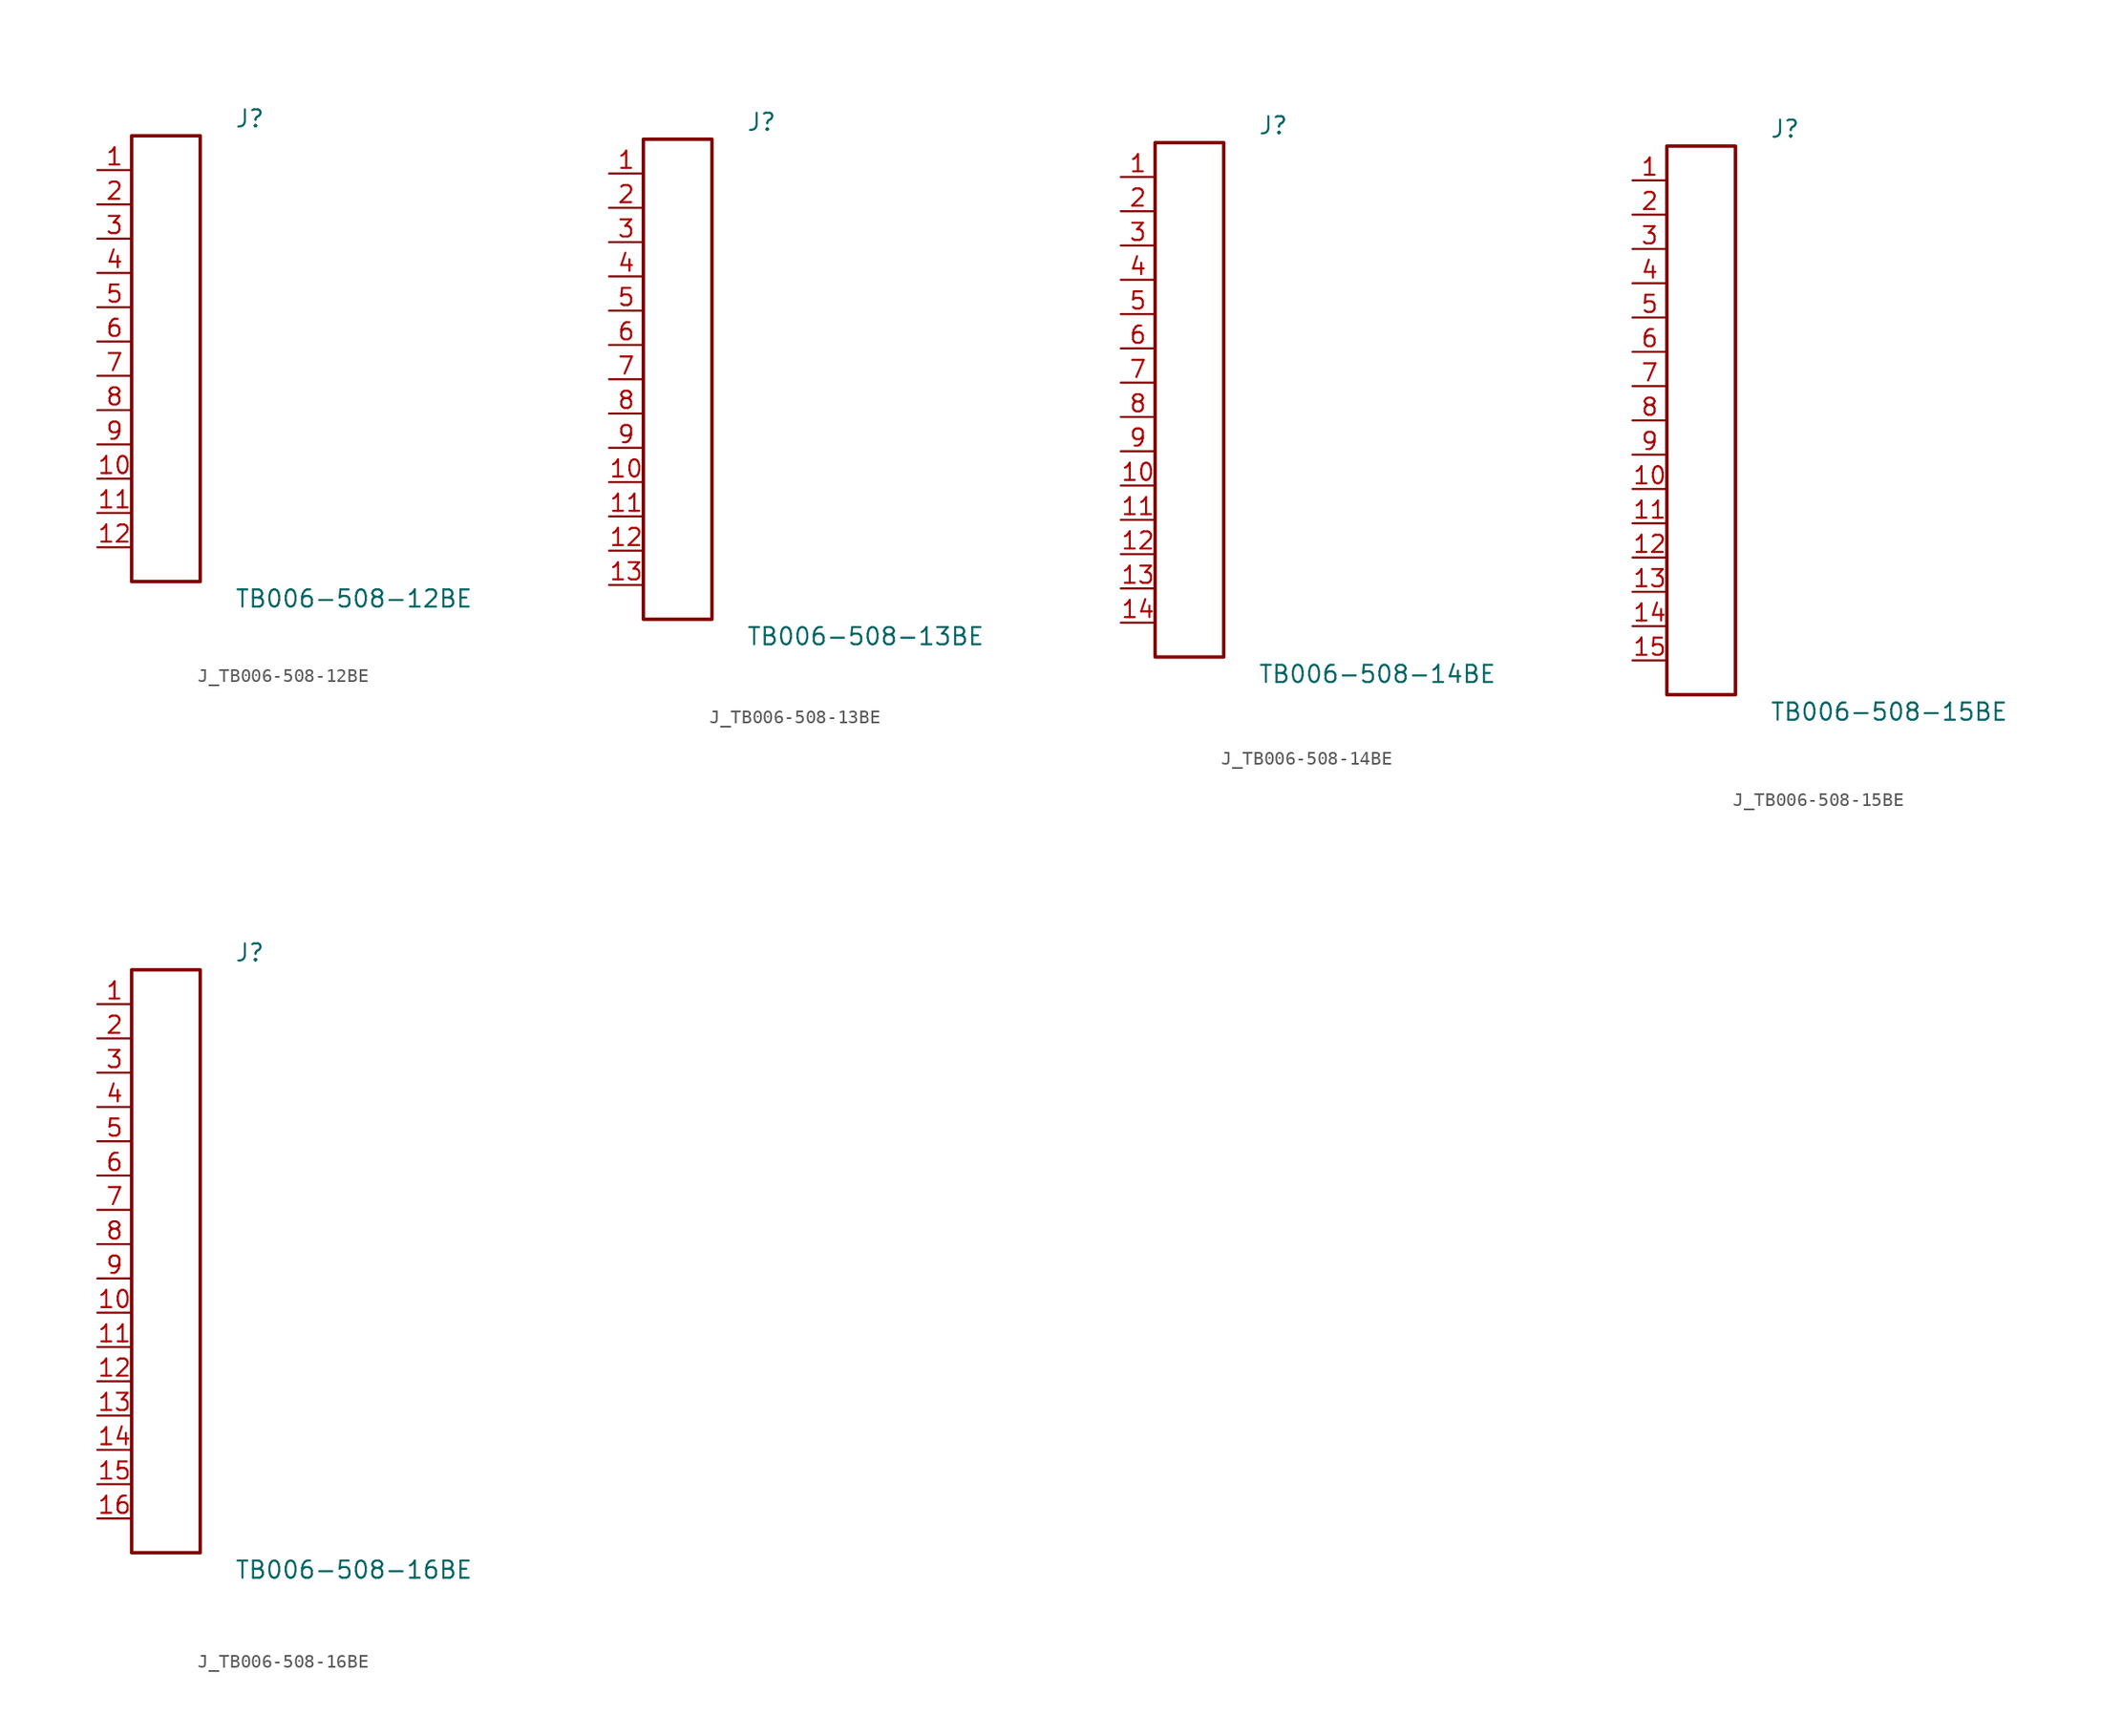
<source format=kicad_sym>
(kicad_symbol_lib
  (version 20231120)
  (generator kicad_symbol_editor)
  (generator_version 8.0)
  (symbol "J_TB006-508-12BE"
    (pin_names
      (offset 0.254))
    (property "Reference" "J"
      (at 5.08 17.78 0)
      (effects (font (size 1.27 1.27)) (justify left)))
    (property "Value" "TB006-508-12BE"
      (at 5.08 -17.78 0)
      (effects (font (size 1.27 1.27)) (justify left)))
    (symbol "J_TB006-508-12BE_0_0"
      (pin unspecified line (at -5.08 13.97 0) (length 2.54) (name "" (effects (font (size 1.27 1.27)))) (number "1" (effects (font (size 1.27 1.27)))))
      (pin unspecified line (at -5.08 11.43 0) (length 2.54) (name "" (effects (font (size 1.27 1.27)))) (number "2" (effects (font (size 1.27 1.27)))))
      (pin unspecified line (at -5.08 8.89 0) (length 2.54) (name "" (effects (font (size 1.27 1.27)))) (number "3" (effects (font (size 1.27 1.27)))))
      (pin unspecified line (at -5.08 6.35 0) (length 2.54) (name "" (effects (font (size 1.27 1.27)))) (number "4" (effects (font (size 1.27 1.27)))))
      (pin unspecified line (at -5.08 3.81 0) (length 2.54) (name "" (effects (font (size 1.27 1.27)))) (number "5" (effects (font (size 1.27 1.27)))))
      (pin unspecified line (at -5.08 1.27 0) (length 2.54) (name "" (effects (font (size 1.27 1.27)))) (number "6" (effects (font (size 1.27 1.27)))))
      (pin unspecified line (at -5.08 -1.27 0) (length 2.54) (name "" (effects (font (size 1.27 1.27)))) (number "7" (effects (font (size 1.27 1.27)))))
      (pin unspecified line (at -5.08 -3.81 0) (length 2.54) (name "" (effects (font (size 1.27 1.27)))) (number "8" (effects (font (size 1.27 1.27)))))
      (pin unspecified line (at -5.08 -6.35 0) (length 2.54) (name "" (effects (font (size 1.27 1.27)))) (number "9" (effects (font (size 1.27 1.27)))))
      (pin unspecified line (at -5.08 -8.89 0) (length 2.54) (name "" (effects (font (size 1.27 1.27)))) (number "10" (effects (font (size 1.27 1.27)))))
      (pin unspecified line (at -5.08 -11.43 0) (length 2.54) (name "" (effects (font (size 1.27 1.27)))) (number "11" (effects (font (size 1.27 1.27)))))
      (pin unspecified line (at -5.08 -13.97 0) (length 2.54) (name "" (effects (font (size 1.27 1.27)))) (number "12" (effects (font (size 1.27 1.27))))))
    (symbol "J_TB006-508-12BE_1_0"
      (rectangle (start -2.54 16.51) (end 2.54 -16.51) (stroke (width 0.254) (type solid)) (fill (type none)))))
  (symbol "J_TB006-508-13BE"
    (pin_names
      (offset 0.254))
    (property "Reference" "J"
      (at 5.08 19.05 0)
      (effects (font (size 1.27 1.27)) (justify left)))
    (property "Value" "TB006-508-13BE"
      (at 5.08 -19.05 0)
      (effects (font (size 1.27 1.27)) (justify left)))
    (symbol "J_TB006-508-13BE_0_0"
      (pin unspecified line (at -5.08 15.24 0) (length 2.54) (name "" (effects (font (size 1.27 1.27)))) (number "1" (effects (font (size 1.27 1.27)))))
      (pin unspecified line (at -5.08 12.7 0) (length 2.54) (name "" (effects (font (size 1.27 1.27)))) (number "2" (effects (font (size 1.27 1.27)))))
      (pin unspecified line (at -5.08 10.16 0) (length 2.54) (name "" (effects (font (size 1.27 1.27)))) (number "3" (effects (font (size 1.27 1.27)))))
      (pin unspecified line (at -5.08 7.62 0) (length 2.54) (name "" (effects (font (size 1.27 1.27)))) (number "4" (effects (font (size 1.27 1.27)))))
      (pin unspecified line (at -5.08 5.08 0) (length 2.54) (name "" (effects (font (size 1.27 1.27)))) (number "5" (effects (font (size 1.27 1.27)))))
      (pin unspecified line (at -5.08 2.54 0) (length 2.54) (name "" (effects (font (size 1.27 1.27)))) (number "6" (effects (font (size 1.27 1.27)))))
      (pin unspecified line (at -5.08 0.0 0) (length 2.54) (name "" (effects (font (size 1.27 1.27)))) (number "7" (effects (font (size 1.27 1.27)))))
      (pin unspecified line (at -5.08 -2.54 0) (length 2.54) (name "" (effects (font (size 1.27 1.27)))) (number "8" (effects (font (size 1.27 1.27)))))
      (pin unspecified line (at -5.08 -5.08 0) (length 2.54) (name "" (effects (font (size 1.27 1.27)))) (number "9" (effects (font (size 1.27 1.27)))))
      (pin unspecified line (at -5.08 -7.62 0) (length 2.54) (name "" (effects (font (size 1.27 1.27)))) (number "10" (effects (font (size 1.27 1.27)))))
      (pin unspecified line (at -5.08 -10.16 0) (length 2.54) (name "" (effects (font (size 1.27 1.27)))) (number "11" (effects (font (size 1.27 1.27)))))
      (pin unspecified line (at -5.08 -12.7 0) (length 2.54) (name "" (effects (font (size 1.27 1.27)))) (number "12" (effects (font (size 1.27 1.27)))))
      (pin unspecified line (at -5.08 -15.24 0) (length 2.54) (name "" (effects (font (size 1.27 1.27)))) (number "13" (effects (font (size 1.27 1.27))))))
    (symbol "J_TB006-508-13BE_1_0"
      (rectangle (start -2.54 17.78) (end 2.54 -17.78) (stroke (width 0.254) (type solid)) (fill (type none)))))
  (symbol "J_TB006-508-14BE"
    (pin_names
      (offset 0.254))
    (property "Reference" "J"
      (at 5.08 20.32 0)
      (effects (font (size 1.27 1.27)) (justify left)))
    (property "Value" "TB006-508-14BE"
      (at 5.08 -20.32 0)
      (effects (font (size 1.27 1.27)) (justify left)))
    (symbol "J_TB006-508-14BE_0_0"
      (pin unspecified line (at -5.08 16.51 0) (length 2.54) (name "" (effects (font (size 1.27 1.27)))) (number "1" (effects (font (size 1.27 1.27)))))
      (pin unspecified line (at -5.08 13.97 0) (length 2.54) (name "" (effects (font (size 1.27 1.27)))) (number "2" (effects (font (size 1.27 1.27)))))
      (pin unspecified line (at -5.08 11.43 0) (length 2.54) (name "" (effects (font (size 1.27 1.27)))) (number "3" (effects (font (size 1.27 1.27)))))
      (pin unspecified line (at -5.08 8.89 0) (length 2.54) (name "" (effects (font (size 1.27 1.27)))) (number "4" (effects (font (size 1.27 1.27)))))
      (pin unspecified line (at -5.08 6.35 0) (length 2.54) (name "" (effects (font (size 1.27 1.27)))) (number "5" (effects (font (size 1.27 1.27)))))
      (pin unspecified line (at -5.08 3.81 0) (length 2.54) (name "" (effects (font (size 1.27 1.27)))) (number "6" (effects (font (size 1.27 1.27)))))
      (pin unspecified line (at -5.08 1.27 0) (length 2.54) (name "" (effects (font (size 1.27 1.27)))) (number "7" (effects (font (size 1.27 1.27)))))
      (pin unspecified line (at -5.08 -1.27 0) (length 2.54) (name "" (effects (font (size 1.27 1.27)))) (number "8" (effects (font (size 1.27 1.27)))))
      (pin unspecified line (at -5.08 -3.81 0) (length 2.54) (name "" (effects (font (size 1.27 1.27)))) (number "9" (effects (font (size 1.27 1.27)))))
      (pin unspecified line (at -5.08 -6.35 0) (length 2.54) (name "" (effects (font (size 1.27 1.27)))) (number "10" (effects (font (size 1.27 1.27)))))
      (pin unspecified line (at -5.08 -8.89 0) (length 2.54) (name "" (effects (font (size 1.27 1.27)))) (number "11" (effects (font (size 1.27 1.27)))))
      (pin unspecified line (at -5.08 -11.43 0) (length 2.54) (name "" (effects (font (size 1.27 1.27)))) (number "12" (effects (font (size 1.27 1.27)))))
      (pin unspecified line (at -5.08 -13.97 0) (length 2.54) (name "" (effects (font (size 1.27 1.27)))) (number "13" (effects (font (size 1.27 1.27)))))
      (pin unspecified line (at -5.08 -16.51 0) (length 2.54) (name "" (effects (font (size 1.27 1.27)))) (number "14" (effects (font (size 1.27 1.27))))))
    (symbol "J_TB006-508-14BE_1_0"
      (rectangle (start -2.54 19.05) (end 2.54 -19.05) (stroke (width 0.254) (type solid)) (fill (type none)))))
  (symbol "J_TB006-508-15BE"
    (pin_names
      (offset 0.254))
    (property "Reference" "J"
      (at 5.08 21.59 0)
      (effects (font (size 1.27 1.27)) (justify left)))
    (property "Value" "TB006-508-15BE"
      (at 5.08 -21.59 0)
      (effects (font (size 1.27 1.27)) (justify left)))
    (symbol "J_TB006-508-15BE_0_0"
      (pin unspecified line (at -5.08 17.78 0) (length 2.54) (name "" (effects (font (size 1.27 1.27)))) (number "1" (effects (font (size 1.27 1.27)))))
      (pin unspecified line (at -5.08 15.24 0) (length 2.54) (name "" (effects (font (size 1.27 1.27)))) (number "2" (effects (font (size 1.27 1.27)))))
      (pin unspecified line (at -5.08 12.7 0) (length 2.54) (name "" (effects (font (size 1.27 1.27)))) (number "3" (effects (font (size 1.27 1.27)))))
      (pin unspecified line (at -5.08 10.16 0) (length 2.54) (name "" (effects (font (size 1.27 1.27)))) (number "4" (effects (font (size 1.27 1.27)))))
      (pin unspecified line (at -5.08 7.62 0) (length 2.54) (name "" (effects (font (size 1.27 1.27)))) (number "5" (effects (font (size 1.27 1.27)))))
      (pin unspecified line (at -5.08 5.08 0) (length 2.54) (name "" (effects (font (size 1.27 1.27)))) (number "6" (effects (font (size 1.27 1.27)))))
      (pin unspecified line (at -5.08 2.54 0) (length 2.54) (name "" (effects (font (size 1.27 1.27)))) (number "7" (effects (font (size 1.27 1.27)))))
      (pin unspecified line (at -5.08 0.0 0) (length 2.54) (name "" (effects (font (size 1.27 1.27)))) (number "8" (effects (font (size 1.27 1.27)))))
      (pin unspecified line (at -5.08 -2.54 0) (length 2.54) (name "" (effects (font (size 1.27 1.27)))) (number "9" (effects (font (size 1.27 1.27)))))
      (pin unspecified line (at -5.08 -5.08 0) (length 2.54) (name "" (effects (font (size 1.27 1.27)))) (number "10" (effects (font (size 1.27 1.27)))))
      (pin unspecified line (at -5.08 -7.62 0) (length 2.54) (name "" (effects (font (size 1.27 1.27)))) (number "11" (effects (font (size 1.27 1.27)))))
      (pin unspecified line (at -5.08 -10.16 0) (length 2.54) (name "" (effects (font (size 1.27 1.27)))) (number "12" (effects (font (size 1.27 1.27)))))
      (pin unspecified line (at -5.08 -12.7 0) (length 2.54) (name "" (effects (font (size 1.27 1.27)))) (number "13" (effects (font (size 1.27 1.27)))))
      (pin unspecified line (at -5.08 -15.24 0) (length 2.54) (name "" (effects (font (size 1.27 1.27)))) (number "14" (effects (font (size 1.27 1.27)))))
      (pin unspecified line (at -5.08 -17.78 0) (length 2.54) (name "" (effects (font (size 1.27 1.27)))) (number "15" (effects (font (size 1.27 1.27))))))
    (symbol "J_TB006-508-15BE_1_0"
      (rectangle (start -2.54 20.32) (end 2.54 -20.32) (stroke (width 0.254) (type solid)) (fill (type none)))))
  (symbol "J_TB006-508-16BE"
    (pin_names
      (offset 0.254))
    (property "Reference" "J"
      (at 5.08 22.86 0)
      (effects (font (size 1.27 1.27)) (justify left)))
    (property "Value" "TB006-508-16BE"
      (at 5.08 -22.86 0)
      (effects (font (size 1.27 1.27)) (justify left)))
    (symbol "J_TB006-508-16BE_0_0"
      (pin unspecified line (at -5.08 19.05 0) (length 2.54) (name "" (effects (font (size 1.27 1.27)))) (number "1" (effects (font (size 1.27 1.27)))))
      (pin unspecified line (at -5.08 16.51 0) (length 2.54) (name "" (effects (font (size 1.27 1.27)))) (number "2" (effects (font (size 1.27 1.27)))))
      (pin unspecified line (at -5.08 13.97 0) (length 2.54) (name "" (effects (font (size 1.27 1.27)))) (number "3" (effects (font (size 1.27 1.27)))))
      (pin unspecified line (at -5.08 11.43 0) (length 2.54) (name "" (effects (font (size 1.27 1.27)))) (number "4" (effects (font (size 1.27 1.27)))))
      (pin unspecified line (at -5.08 8.89 0) (length 2.54) (name "" (effects (font (size 1.27 1.27)))) (number "5" (effects (font (size 1.27 1.27)))))
      (pin unspecified line (at -5.08 6.35 0) (length 2.54) (name "" (effects (font (size 1.27 1.27)))) (number "6" (effects (font (size 1.27 1.27)))))
      (pin unspecified line (at -5.08 3.81 0) (length 2.54) (name "" (effects (font (size 1.27 1.27)))) (number "7" (effects (font (size 1.27 1.27)))))
      (pin unspecified line (at -5.08 1.27 0) (length 2.54) (name "" (effects (font (size 1.27 1.27)))) (number "8" (effects (font (size 1.27 1.27)))))
      (pin unspecified line (at -5.08 -1.27 0) (length 2.54) (name "" (effects (font (size 1.27 1.27)))) (number "9" (effects (font (size 1.27 1.27)))))
      (pin unspecified line (at -5.08 -3.81 0) (length 2.54) (name "" (effects (font (size 1.27 1.27)))) (number "10" (effects (font (size 1.27 1.27)))))
      (pin unspecified line (at -5.08 -6.35 0) (length 2.54) (name "" (effects (font (size 1.27 1.27)))) (number "11" (effects (font (size 1.27 1.27)))))
      (pin unspecified line (at -5.08 -8.89 0) (length 2.54) (name "" (effects (font (size 1.27 1.27)))) (number "12" (effects (font (size 1.27 1.27)))))
      (pin unspecified line (at -5.08 -11.43 0) (length 2.54) (name "" (effects (font (size 1.27 1.27)))) (number "13" (effects (font (size 1.27 1.27)))))
      (pin unspecified line (at -5.08 -13.97 0) (length 2.54) (name "" (effects (font (size 1.27 1.27)))) (number "14" (effects (font (size 1.27 1.27)))))
      (pin unspecified line (at -5.08 -16.51 0) (length 2.54) (name "" (effects (font (size 1.27 1.27)))) (number "15" (effects (font (size 1.27 1.27)))))
      (pin unspecified line (at -5.08 -19.05 0) (length 2.54) (name "" (effects (font (size 1.27 1.27)))) (number "16" (effects (font (size 1.27 1.27))))))
    (symbol "J_TB006-508-16BE_1_0"
      (rectangle (start -2.54 21.59) (end 2.54 -21.59) (stroke (width 0.254) (type solid)) (fill (type none))))))
</source>
